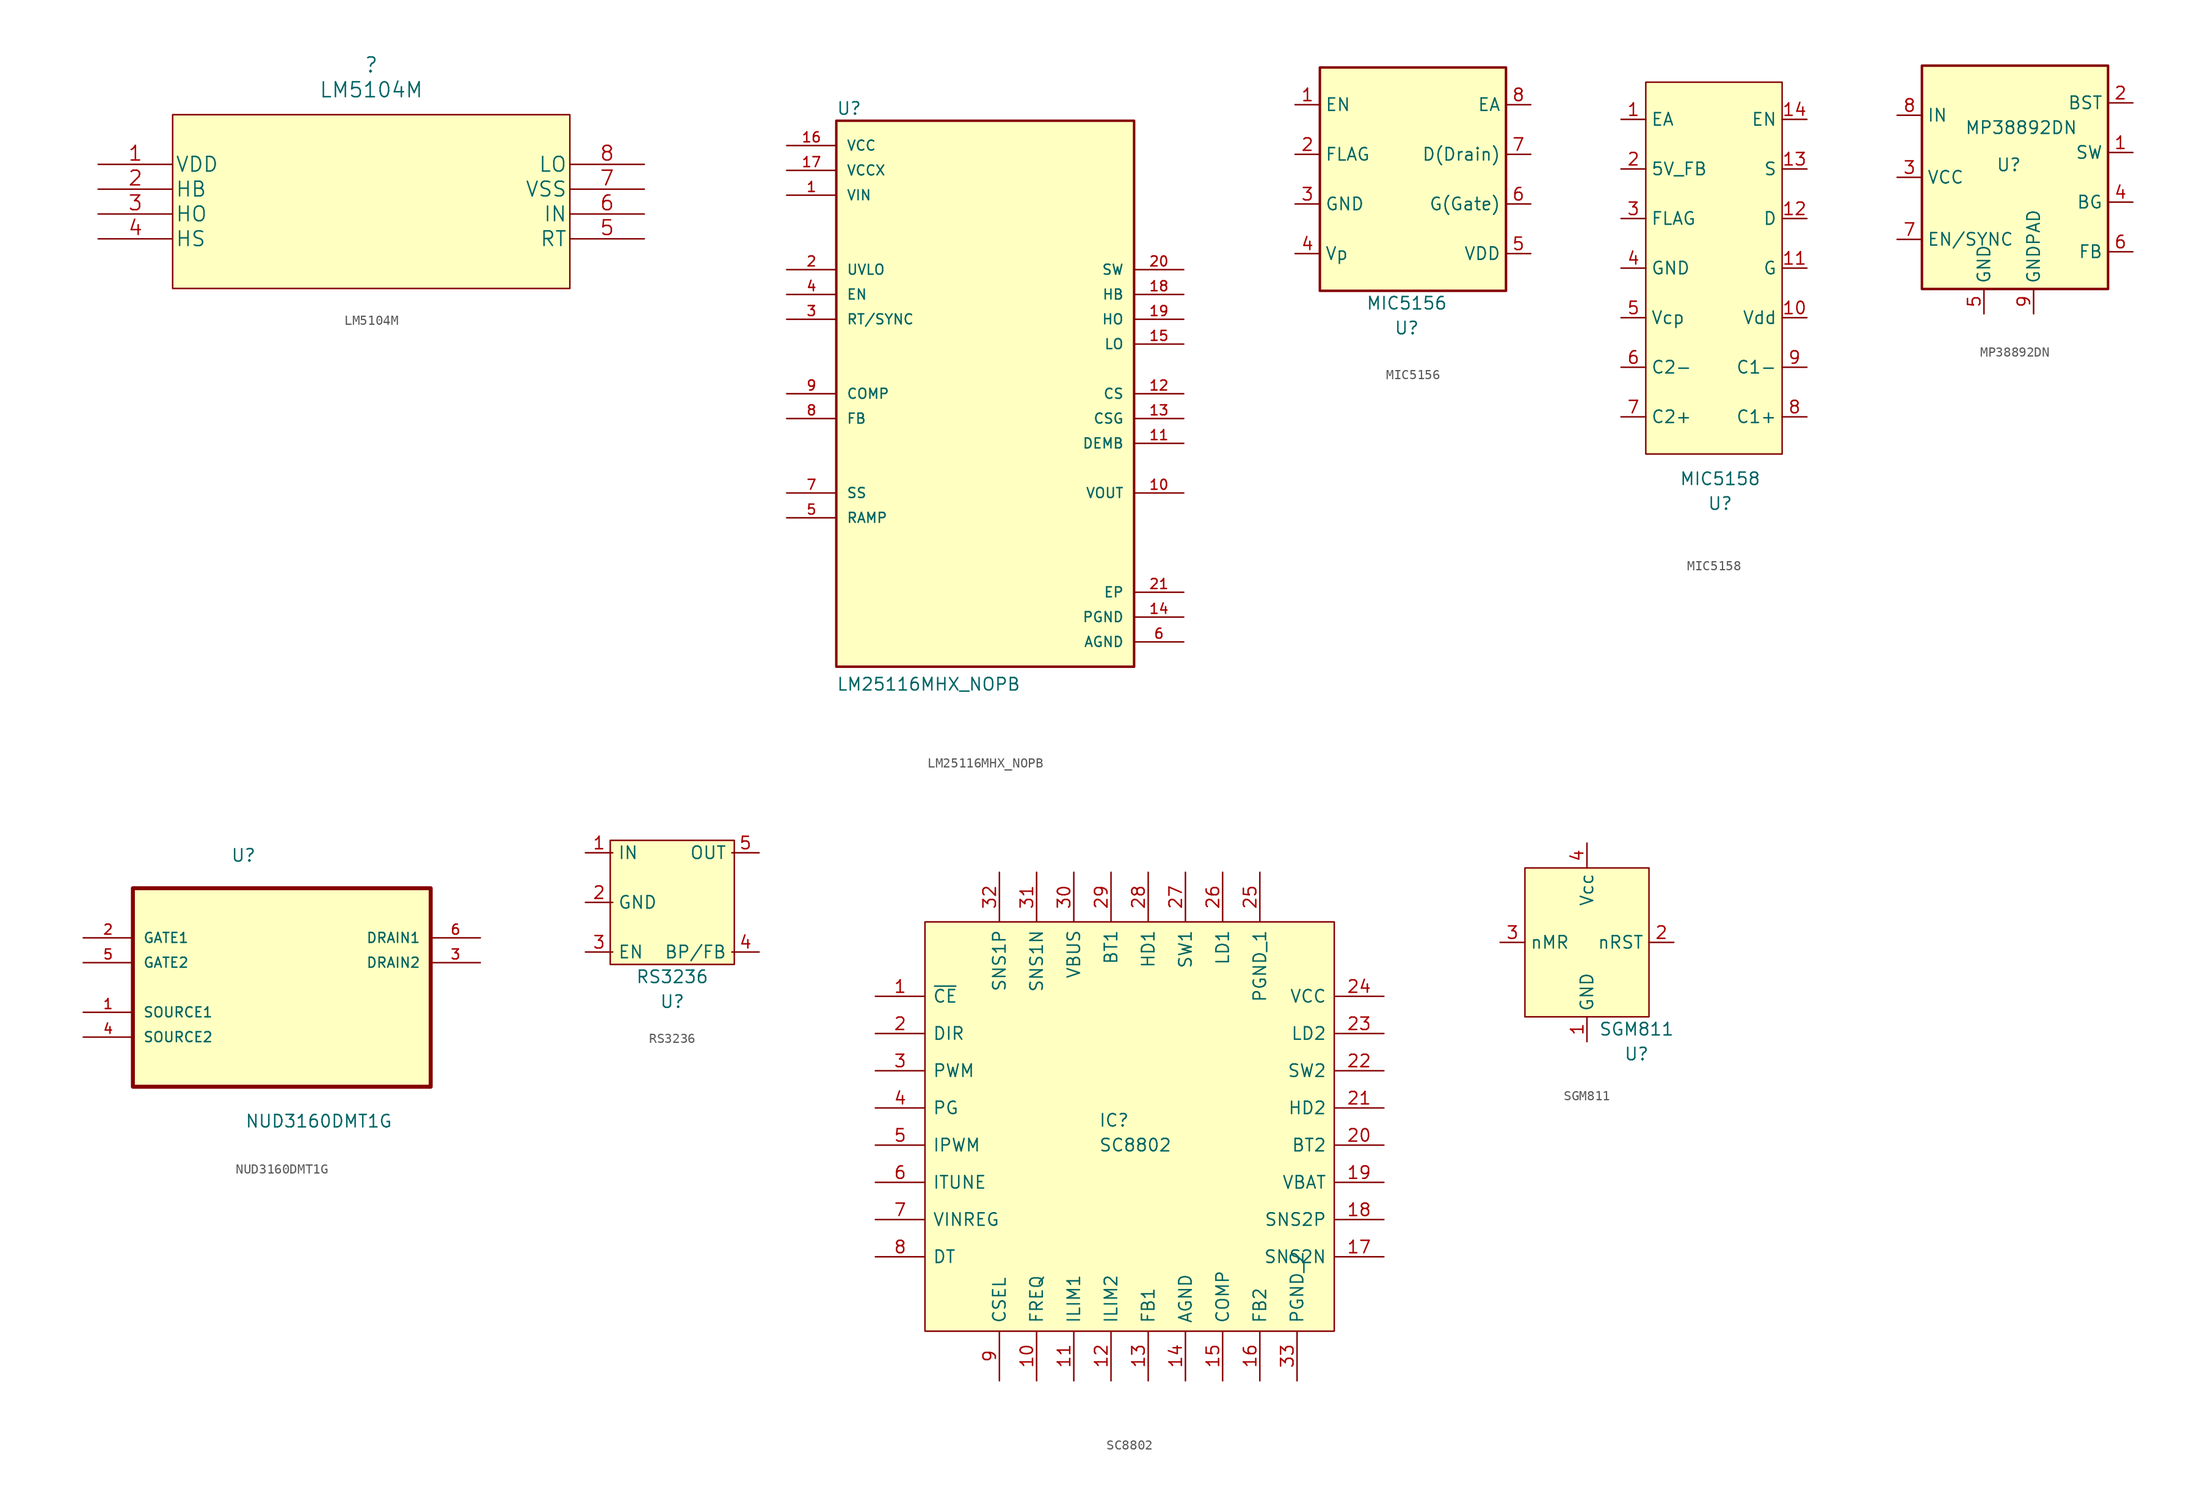
<source format=kicad_sym>
(kicad_symbol_lib
  (version 20211014)
  (generator kicad_symbol_editor)
  (symbol "LM5104M"
    (pin_names
      (offset 0.254))
    (property "Reference" ""
      (at 27.94 10.16 0)
      (effects (font (size 1.524 1.524))))
    (property "Value" "LM5104M"
      (at 27.94 7.62 0)
      (effects (font (size 1.524 1.524))))
    (property "Datasheet" ""
      (at 0 0 0)
      (effects (font (size 1.524 1.524))))
    (property "ki_locked" ""
      (at 0 0 0)
      (effects (font (size 1.27 1.27))))
    (symbol "LM5104M_1_1"
      (rectangle (start 7.62 5.08) (end 48.26 -12.7) (stroke (width 0) (type default) (color 0 0 0 0)) (fill (type background)))
      (pin power_in line (at 0 0 0) (length 7.62) (name "VDD" (effects (font (size 1.499 1.499)))) (number "1" (effects (font (size 1.499 1.499)))))
      (pin input line (at 0 -2.54 0) (length 7.62) (name "HB" (effects (font (size 1.499 1.499)))) (number "2" (effects (font (size 1.499 1.499)))))
      (pin output line (at 0 -5.08 0) (length 7.62) (name "HO" (effects (font (size 1.499 1.499)))) (number "3" (effects (font (size 1.499 1.499)))))
      (pin input line (at 0 -7.62 0) (length 7.62) (name "HS" (effects (font (size 1.499 1.499)))) (number "4" (effects (font (size 1.499 1.499)))))
      (pin input line (at 55.88 -7.62 180) (length 7.62) (name "RT" (effects (font (size 1.499 1.499)))) (number "5" (effects (font (size 1.499 1.499)))))
      (pin input line (at 55.88 -5.08 180) (length 7.62) (name "IN" (effects (font (size 1.499 1.499)))) (number "6" (effects (font (size 1.499 1.499)))))
      (pin power_in line (at 55.88 -2.54 180) (length 7.62) (name "VSS" (effects (font (size 1.499 1.499)))) (number "7" (effects (font (size 1.499 1.499)))))
      (pin output line (at 55.88 0 180) (length 7.62) (name "LO" (effects (font (size 1.499 1.499)))) (number "8" (effects (font (size 1.499 1.499)))))))
  (symbol "LM25116MHX_NOPB"
    (pin_names
      (offset 1.016))
    (property "Reference" "U"
      (at -15.24 28.448 0)
      (effects (font (size 1.27 1.27)) (justify left bottom)))
    (property "Value" "LM25116MHX_NOPB"
      (at -15.24 -30.48 0)
      (effects (font (size 1.27 1.27)) (justify left bottom)))
    (symbol "LM25116MHX_NOPB_0_0"
      (rectangle (start -15.24 -27.94) (end 15.24 27.94) (stroke (width 0.254) (type default) (color 0 0 0 0)) (fill (type background)))
      (pin power_in line (at -20.32 20.32 0) (length 5.08) (name "VIN" (effects (font (size 1.016 1.016)))) (number "1" (effects (font (size 1.016 1.016)))))
      (pin input line (at 20.32 -10.16 180) (length 5.08) (name "VOUT" (effects (font (size 1.016 1.016)))) (number "10" (effects (font (size 1.016 1.016)))))
      (pin input line (at 20.32 -5.08 180) (length 5.08) (name "DEMB" (effects (font (size 1.016 1.016)))) (number "11" (effects (font (size 1.016 1.016)))))
      (pin input line (at 20.32 0 180) (length 5.08) (name "CS" (effects (font (size 1.016 1.016)))) (number "12" (effects (font (size 1.016 1.016)))))
      (pin power_in line (at 20.32 -2.54 180) (length 5.08) (name "CSG" (effects (font (size 1.016 1.016)))) (number "13" (effects (font (size 1.016 1.016)))))
      (pin power_in line (at 20.32 -22.86 180) (length 5.08) (name "PGND" (effects (font (size 1.016 1.016)))) (number "14" (effects (font (size 1.016 1.016)))))
      (pin output line (at 20.32 5.08 180) (length 5.08) (name "LO" (effects (font (size 1.016 1.016)))) (number "15" (effects (font (size 1.016 1.016)))))
      (pin power_in line (at -20.32 25.4 0) (length 5.08) (name "VCC" (effects (font (size 1.016 1.016)))) (number "16" (effects (font (size 1.016 1.016)))))
      (pin power_in line (at -20.32 22.86 0) (length 5.08) (name "VCCX" (effects (font (size 1.016 1.016)))) (number "17" (effects (font (size 1.016 1.016)))))
      (pin bidirectional line (at 20.32 10.16 180) (length 5.08) (name "HB" (effects (font (size 1.016 1.016)))) (number "18" (effects (font (size 1.016 1.016)))))
      (pin output line (at 20.32 7.62 180) (length 5.08) (name "HO" (effects (font (size 1.016 1.016)))) (number "19" (effects (font (size 1.016 1.016)))))
      (pin input line (at -20.32 12.7 0) (length 5.08) (name "UVLO" (effects (font (size 1.016 1.016)))) (number "2" (effects (font (size 1.016 1.016)))))
      (pin output line (at 20.32 12.7 180) (length 5.08) (name "SW" (effects (font (size 1.016 1.016)))) (number "20" (effects (font (size 1.016 1.016)))))
      (pin passive line (at 20.32 -20.32 180) (length 5.08) (name "EP" (effects (font (size 1.016 1.016)))) (number "21" (effects (font (size 1.016 1.016)))))
      (pin input line (at -20.32 7.62 0) (length 5.08) (name "RT/SYNC" (effects (font (size 1.016 1.016)))) (number "3" (effects (font (size 1.016 1.016)))))
      (pin input line (at -20.32 10.16 0) (length 5.08) (name "EN" (effects (font (size 1.016 1.016)))) (number "4" (effects (font (size 1.016 1.016)))))
      (pin input line (at -20.32 -12.7 0) (length 5.08) (name "RAMP" (effects (font (size 1.016 1.016)))) (number "5" (effects (font (size 1.016 1.016)))))
      (pin power_in line (at 20.32 -25.4 180) (length 5.08) (name "AGND" (effects (font (size 1.016 1.016)))) (number "6" (effects (font (size 1.016 1.016)))))
      (pin input line (at -20.32 -10.16 0) (length 5.08) (name "SS" (effects (font (size 1.016 1.016)))) (number "7" (effects (font (size 1.016 1.016)))))
      (pin input line (at -20.32 -2.54 0) (length 5.08) (name "FB" (effects (font (size 1.016 1.016)))) (number "8" (effects (font (size 1.016 1.016)))))
      (pin output line (at -20.32 0 0) (length 5.08) (name "COMP" (effects (font (size 1.016 1.016)))) (number "9" (effects (font (size 1.016 1.016)))))))
  (symbol "MIC5156"
    (property "Reference" "U"
      (at 0 -15.24 0)
      (effects (font (size 1.27 1.27))))
    (property "Value" "MIC5156"
      (at 0 -12.7 0)
      (effects (font (size 1.27 1.27))))
    (symbol "MIC5156_0_1"
      (rectangle (start -8.89 11.43) (end 10.16 -11.43) (stroke (width 0.254) (type default) (color 0 0 0 0)) (fill (type background))))
    (symbol "MIC5156_1_1"
      (pin input line (at -11.43 7.62 0) (length 2.54) (name "EN" (effects (font (size 1.27 1.27)))) (number "1" (effects (font (size 1.27 1.27)))))
      (pin output line (at -11.43 2.54 0) (length 2.54) (name "FLAG" (effects (font (size 1.27 1.27)))) (number "2" (effects (font (size 1.27 1.27)))))
      (pin power_in line (at -11.43 -2.54 0) (length 2.54) (name "GND" (effects (font (size 1.27 1.27)))) (number "3" (effects (font (size 1.27 1.27)))))
      (pin input line (at -11.43 -7.62 0) (length 2.54) (name "Vp" (effects (font (size 1.27 1.27)))) (number "4" (effects (font (size 1.27 1.27)))))
      (pin power_in line (at 12.7 -7.62 180) (length 2.54) (name "VDD" (effects (font (size 1.27 1.27)))) (number "5" (effects (font (size 1.27 1.27)))))
      (pin output line (at 12.7 -2.54 180) (length 2.54) (name "G(Gate)" (effects (font (size 1.27 1.27)))) (number "6" (effects (font (size 1.27 1.27)))))
      (pin input line (at 12.7 2.54 180) (length 2.54) (name "D(Drain)" (effects (font (size 1.27 1.27)))) (number "7" (effects (font (size 1.27 1.27)))))
      (pin input line (at 12.7 7.62 180) (length 2.54) (name "EA" (effects (font (size 1.27 1.27)))) (number "8" (effects (font (size 1.27 1.27)))))))
  (symbol "MIC5158"
    (property "Reference" "U"
      (at 0 -24.13 0)
      (effects (font (size 1.27 1.27))))
    (property "Value" "MIC5158"
      (at 0 -21.59 0)
      (effects (font (size 1.27 1.27))))
    (symbol "MIC5158_0_1"
      (rectangle (start -7.62 19.05) (end 6.35 -19.05) (stroke (width 0) (type default) (color 0 0 0 0)) (fill (type background))))
    (symbol "MIC5158_1_1"
      (pin input line (at -10.16 15.24 0) (length 2.54) (name "EA" (effects (font (size 1.27 1.27)))) (number "1" (effects (font (size 1.27 1.27)))))
      (pin power_in line (at 8.89 -5.08 180) (length 2.54) (name "Vdd" (effects (font (size 1.27 1.27)))) (number "10" (effects (font (size 1.27 1.27)))))
      (pin output line (at 8.89 0 180) (length 2.54) (name "G" (effects (font (size 1.27 1.27)))) (number "11" (effects (font (size 1.27 1.27)))))
      (pin input line (at 8.89 5.08 180) (length 2.54) (name "D" (effects (font (size 1.27 1.27)))) (number "12" (effects (font (size 1.27 1.27)))))
      (pin input line (at 8.89 10.16 180) (length 2.54) (name "S" (effects (font (size 1.27 1.27)))) (number "13" (effects (font (size 1.27 1.27)))))
      (pin input line (at 8.89 15.24 180) (length 2.54) (name "EN" (effects (font (size 1.27 1.27)))) (number "14" (effects (font (size 1.27 1.27)))))
      (pin input line (at -10.16 10.16 0) (length 2.54) (name "5V_FB" (effects (font (size 1.27 1.27)))) (number "2" (effects (font (size 1.27 1.27)))))
      (pin output line (at -10.16 5.08 0) (length 2.54) (name "FLAG" (effects (font (size 1.27 1.27)))) (number "3" (effects (font (size 1.27 1.27)))))
      (pin power_in line (at -10.16 0 0) (length 2.54) (name "GND" (effects (font (size 1.27 1.27)))) (number "4" (effects (font (size 1.27 1.27)))))
      (pin input line (at -10.16 -5.08 0) (length 2.54) (name "Vcp" (effects (font (size 1.27 1.27)))) (number "5" (effects (font (size 1.27 1.27)))))
      (pin input line (at -10.16 -10.16 0) (length 2.54) (name "C2-" (effects (font (size 1.27 1.27)))) (number "6" (effects (font (size 1.27 1.27)))))
      (pin input line (at -10.16 -15.24 0) (length 2.54) (name "C2+" (effects (font (size 1.27 1.27)))) (number "7" (effects (font (size 1.27 1.27)))))
      (pin input line (at 8.89 -15.24 180) (length 2.54) (name "C1+" (effects (font (size 1.27 1.27)))) (number "8" (effects (font (size 1.27 1.27)))))
      (pin input line (at 8.89 -10.16 180) (length 2.54) (name "C1-" (effects (font (size 1.27 1.27)))) (number "9" (effects (font (size 1.27 1.27)))))))
  (symbol "MP38892DN"
    (property "Reference" "U"
      (at 0 1.27 0)
      (effects (font (size 1.27 1.27))))
    (property "Value" "MP38892DN"
      (at 1.27 5.08 0)
      (effects (font (size 1.27 1.27))))
    (symbol "MP38892DN_0_1"
      (rectangle (start -8.89 11.43) (end 10.16 -11.43) (stroke (width 0.254) (type default) (color 0 0 0 0)) (fill (type background))))
    (symbol "MP38892DN_1_1"
      (pin input line (at 12.7 2.54 180) (length 2.54) (name "SW" (effects (font (size 1.27 1.27)))) (number "1" (effects (font (size 1.27 1.27)))))
      (pin input line (at 12.7 7.62 180) (length 2.54) (name "BST" (effects (font (size 1.27 1.27)))) (number "2" (effects (font (size 1.27 1.27)))))
      (pin input line (at -11.43 0 0) (length 2.54) (name "VCC" (effects (font (size 1.27 1.27)))) (number "3" (effects (font (size 1.27 1.27)))))
      (pin output line (at 12.7 -2.54 180) (length 2.54) (name "BG" (effects (font (size 1.27 1.27)))) (number "4" (effects (font (size 1.27 1.27)))))
      (pin power_in line (at -2.54 -13.97 90) (length 2.54) (name "GND" (effects (font (size 1.27 1.27)))) (number "5" (effects (font (size 1.27 1.27)))))
      (pin input line (at 12.7 -7.62 180) (length 2.54) (name "FB" (effects (font (size 1.27 1.27)))) (number "6" (effects (font (size 1.27 1.27)))))
      (pin input line (at -11.43 -6.35 0) (length 2.54) (name "EN/SYNC" (effects (font (size 1.27 1.27)))) (number "7" (effects (font (size 1.27 1.27)))))
      (pin power_in line (at -11.43 6.35 0) (length 2.54) (name "IN" (effects (font (size 1.27 1.27)))) (number "8" (effects (font (size 1.27 1.27)))))
      (pin power_in line (at 2.54 -13.97 90) (length 2.54) (name "GNDPAD" (effects (font (size 1.27 1.27)))) (number "9" (effects (font (size 1.27 1.27)))))))
  (symbol "NUD3160DMT1G"
    (pin_names
      (offset 1.016))
    (property "Reference" "U"
      (at -5.232 10.236 0)
      (effects (font (size 1.27 1.27)) (justify left bottom)))
    (property "Value" "NUD3160DMT1G"
      (at -3.785 -16.967 0)
      (effects (font (size 1.27 1.27)) (justify left bottom)))
    (property "ki_locked" ""
      (at 0 0 0)
      (effects (font (size 1.27 1.27))))
    (symbol "NUD3160DMT1G_0_0"
      (rectangle (start -15.24 -12.7) (end 15.24 7.62) (stroke (width 0.406) (type default) (color 0 0 0 0)) (fill (type background)))
      (pin input line (at -20.32 -5.08 0) (length 5.08) (name "SOURCE1" (effects (font (size 1.016 1.016)))) (number "1" (effects (font (size 1.016 1.016)))))
      (pin input line (at -20.32 2.54 0) (length 5.08) (name "GATE1" (effects (font (size 1.016 1.016)))) (number "2" (effects (font (size 1.016 1.016)))))
      (pin output line (at 20.32 0 180) (length 5.08) (name "DRAIN2" (effects (font (size 1.016 1.016)))) (number "3" (effects (font (size 1.016 1.016)))))
      (pin input line (at -20.32 -7.62 0) (length 5.08) (name "SOURCE2" (effects (font (size 1.016 1.016)))) (number "4" (effects (font (size 1.016 1.016)))))
      (pin input line (at -20.32 0 0) (length 5.08) (name "GATE2" (effects (font (size 1.016 1.016)))) (number "5" (effects (font (size 1.016 1.016)))))
      (pin output line (at 20.32 2.54 180) (length 5.08) (name "DRAIN1" (effects (font (size 1.016 1.016)))) (number "6" (effects (font (size 1.016 1.016)))))))
  (symbol "RS3236"
    (property "Reference" "U"
      (at 0 -10.16 0)
      (effects (font (size 1.27 1.27))))
    (property "Value" "RS3236"
      (at 0 -7.62 0)
      (effects (font (size 1.27 1.27))))
    (symbol "RS3236_0_1"
      (rectangle (start -6.35 6.35) (end 6.35 -6.35) (stroke (width 0) (type default) (color 0 0 0 0)) (fill (type background))))
    (symbol "RS3236_1_1"
      (pin power_in line (at -8.89 5.08 0) (length 2.794) (name "IN" (effects (font (size 1.27 1.27)))) (number "1" (effects (font (size 1.27 1.27)))))
      (pin power_in line (at -8.89 0 0) (length 2.794) (name "GND" (effects (font (size 1.27 1.27)))) (number "2" (effects (font (size 1.27 1.27)))))
      (pin input line (at -8.89 -5.08 0) (length 2.794) (name "EN" (effects (font (size 1.27 1.27)))) (number "3" (effects (font (size 1.27 1.27)))))
      (pin power_out line (at 8.89 -5.08 180) (length 2.794) (name "BP/FB" (effects (font (size 1.27 1.27)))) (number "4" (effects (font (size 1.27 1.27)))))
      (pin power_out line (at 8.89 5.08 180) (length 2.794) (name "OUT" (effects (font (size 1.27 1.27)))) (number "5" (effects (font (size 1.27 1.27)))))))
  (symbol "SC8802"
    (pin_names
      (offset 0.762))
    (property "Reference" "IC"
      (at 17.78 -20.32 0)
      (effects (font (size 1.27 1.27)) (justify left)))
    (property "Value" "SC8802"
      (at 17.78 -22.86 0)
      (effects (font (size 1.27 1.27)) (justify left)))
    (symbol "SC8802_0_0"
      (pin passive line (at -5.08 -7.62 0) (length 5.08) (name "~{CE}" (effects (font (size 1.27 1.27)))) (number "1" (effects (font (size 1.27 1.27)))))
      (pin passive line (at 11.43 -46.99 90) (length 5.08) (name "FREQ" (effects (font (size 1.27 1.27)))) (number "10" (effects (font (size 1.27 1.27)))))
      (pin passive line (at 15.24 -46.99 90) (length 5.08) (name "ILIM1" (effects (font (size 1.27 1.27)))) (number "11" (effects (font (size 1.27 1.27)))))
      (pin passive line (at 19.05 -46.99 90) (length 5.08) (name "ILIM2" (effects (font (size 1.27 1.27)))) (number "12" (effects (font (size 1.27 1.27)))))
      (pin passive line (at 22.86 -46.99 90) (length 5.08) (name "FB1" (effects (font (size 1.27 1.27)))) (number "13" (effects (font (size 1.27 1.27)))))
      (pin passive line (at 26.67 -46.99 90) (length 5.08) (name "AGND" (effects (font (size 1.27 1.27)))) (number "14" (effects (font (size 1.27 1.27)))))
      (pin passive line (at 30.48 -46.99 90) (length 5.08) (name "COMP" (effects (font (size 1.27 1.27)))) (number "15" (effects (font (size 1.27 1.27)))))
      (pin passive line (at 34.29 -46.99 90) (length 5.08) (name "FB2" (effects (font (size 1.27 1.27)))) (number "16" (effects (font (size 1.27 1.27)))))
      (pin passive line (at 46.99 -34.29 180) (length 5.08) (name "SNS2N" (effects (font (size 1.27 1.27)))) (number "17" (effects (font (size 1.27 1.27)))))
      (pin passive line (at 46.99 -30.48 180) (length 5.08) (name "SNS2P" (effects (font (size 1.27 1.27)))) (number "18" (effects (font (size 1.27 1.27)))))
      (pin passive line (at 46.99 -26.67 180) (length 5.08) (name "VBAT" (effects (font (size 1.27 1.27)))) (number "19" (effects (font (size 1.27 1.27)))))
      (pin passive line (at -5.08 -11.43 0) (length 5.08) (name "DIR" (effects (font (size 1.27 1.27)))) (number "2" (effects (font (size 1.27 1.27)))))
      (pin passive line (at 46.99 -22.86 180) (length 5.08) (name "BT2" (effects (font (size 1.27 1.27)))) (number "20" (effects (font (size 1.27 1.27)))))
      (pin passive line (at 46.99 -19.05 180) (length 5.08) (name "HD2" (effects (font (size 1.27 1.27)))) (number "21" (effects (font (size 1.27 1.27)))))
      (pin passive line (at 46.99 -15.24 180) (length 5.08) (name "SW2" (effects (font (size 1.27 1.27)))) (number "22" (effects (font (size 1.27 1.27)))))
      (pin passive line (at 46.99 -11.43 180) (length 5.08) (name "LD2" (effects (font (size 1.27 1.27)))) (number "23" (effects (font (size 1.27 1.27)))))
      (pin passive line (at 46.99 -7.62 180) (length 5.08) (name "VCC" (effects (font (size 1.27 1.27)))) (number "24" (effects (font (size 1.27 1.27)))))
      (pin passive line (at 34.29 5.08 270) (length 5.08) (name "PGND_1" (effects (font (size 1.27 1.27)))) (number "25" (effects (font (size 1.27 1.27)))))
      (pin passive line (at 30.48 5.08 270) (length 5.08) (name "LD1" (effects (font (size 1.27 1.27)))) (number "26" (effects (font (size 1.27 1.27)))))
      (pin passive line (at 26.67 5.08 270) (length 5.08) (name "SW1" (effects (font (size 1.27 1.27)))) (number "27" (effects (font (size 1.27 1.27)))))
      (pin passive line (at 22.86 5.08 270) (length 5.08) (name "HD1" (effects (font (size 1.27 1.27)))) (number "28" (effects (font (size 1.27 1.27)))))
      (pin passive line (at 19.05 5.08 270) (length 5.08) (name "BT1" (effects (font (size 1.27 1.27)))) (number "29" (effects (font (size 1.27 1.27)))))
      (pin passive line (at -5.08 -15.24 0) (length 5.08) (name "PWM" (effects (font (size 1.27 1.27)))) (number "3" (effects (font (size 1.27 1.27)))))
      (pin passive line (at 15.24 5.08 270) (length 5.08) (name "VBUS" (effects (font (size 1.27 1.27)))) (number "30" (effects (font (size 1.27 1.27)))))
      (pin passive line (at 11.43 5.08 270) (length 5.08) (name "SNS1N" (effects (font (size 1.27 1.27)))) (number "31" (effects (font (size 1.27 1.27)))))
      (pin passive line (at 7.62 5.08 270) (length 5.08) (name "SNS1P" (effects (font (size 1.27 1.27)))) (number "32" (effects (font (size 1.27 1.27)))))
      (pin passive line (at 38.1 -46.99 90) (length 5.08) (name "PGND_2" (effects (font (size 1.27 1.27)))) (number "33" (effects (font (size 1.27 1.27)))))
      (pin passive line (at -5.08 -19.05 0) (length 5.08) (name "PG" (effects (font (size 1.27 1.27)))) (number "4" (effects (font (size 1.27 1.27)))))
      (pin passive line (at -5.08 -22.86 0) (length 5.08) (name "IPWM" (effects (font (size 1.27 1.27)))) (number "5" (effects (font (size 1.27 1.27)))))
      (pin passive line (at -5.08 -26.67 0) (length 5.08) (name "ITUNE" (effects (font (size 1.27 1.27)))) (number "6" (effects (font (size 1.27 1.27)))))
      (pin passive line (at -5.08 -30.48 0) (length 5.08) (name "VINREG" (effects (font (size 1.27 1.27)))) (number "7" (effects (font (size 1.27 1.27)))))
      (pin passive line (at -5.08 -34.29 0) (length 5.08) (name "DT" (effects (font (size 1.27 1.27)))) (number "8" (effects (font (size 1.27 1.27)))))
      (pin passive line (at 7.62 -46.99 90) (length 5.08) (name "CSEL" (effects (font (size 1.27 1.27)))) (number "9" (effects (font (size 1.27 1.27))))))
    (symbol "SC8802_0_1"
      (polyline (pts (xy 0 0) (xy 41.91 0) (xy 41.91 -41.91) (xy 0 -41.91) (xy 0 0)) (stroke (width 0.152) (type default) (color 0 0 0 0)) (fill (type background)))))
  (symbol "SGM811"
    (property "Reference" "U"
      (at 5.08 -11.43 0)
      (effects (font (size 1.27 1.27))))
    (property "Value" "SGM811"
      (at 5.08 -8.89 0)
      (effects (font (size 1.27 1.27))))
    (symbol "SGM811_0_1"
      (rectangle (start -6.35 7.62) (end 6.35 -7.62) (stroke (width 0) (type default) (color 0 0 0 0)) (fill (type background))))
    (symbol "SGM811_1_1"
      (pin power_in line (at 0 -10.16 90) (length 2.54) (name "GND" (effects (font (size 1.27 1.27)))) (number "1" (effects (font (size 1.27 1.27)))))
      (pin output line (at 8.89 0 180) (length 2.54) (name "nRST" (effects (font (size 1.27 1.27)))) (number "2" (effects (font (size 1.27 1.27)))))
      (pin input line (at -8.89 0 0) (length 2.54) (name "nMR" (effects (font (size 1.27 1.27)))) (number "3" (effects (font (size 1.27 1.27)))))
      (pin power_in line (at 0 10.16 270) (length 2.54) (name "Vcc" (effects (font (size 1.27 1.27)))) (number "4" (effects (font (size 1.27 1.27))))))))
</source>
